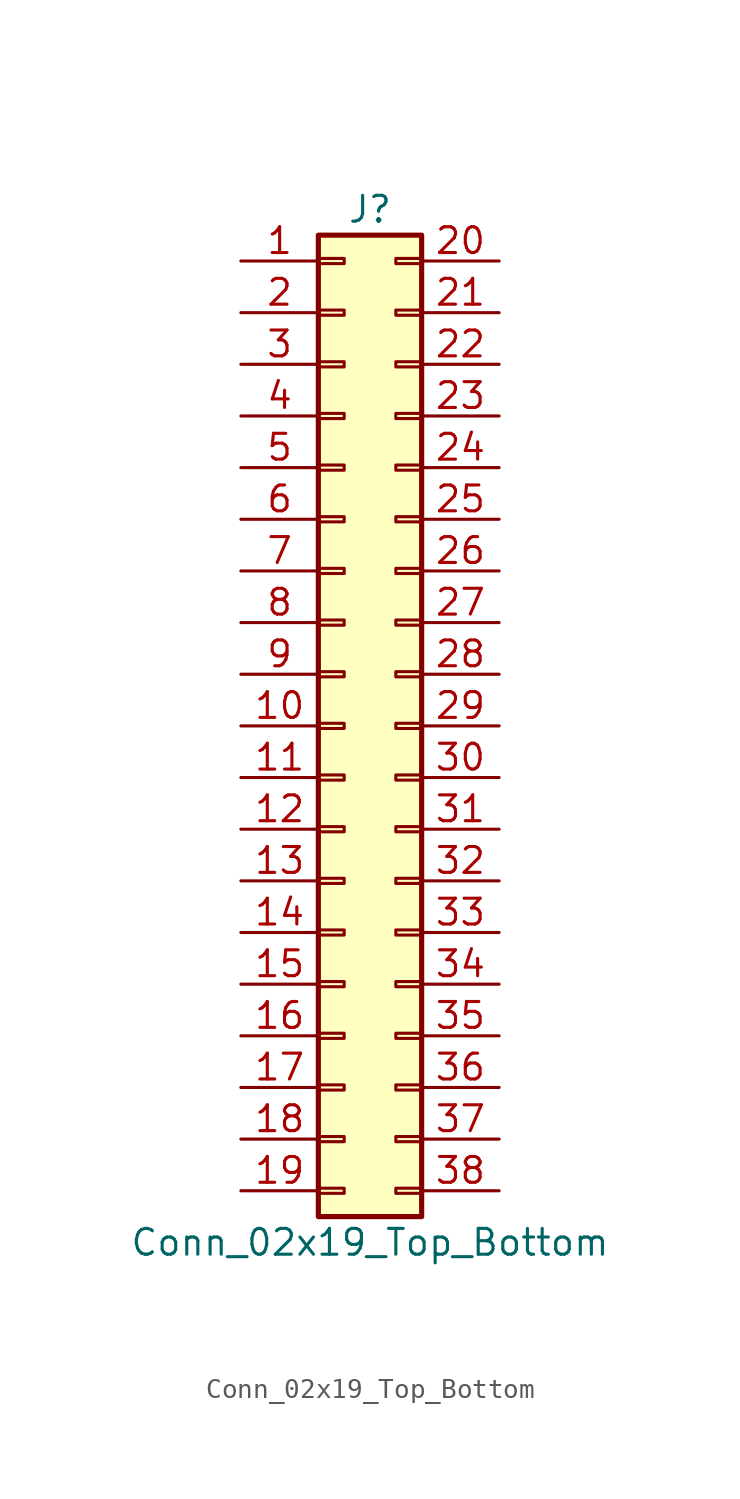
<source format=kicad_sym>
(kicad_symbol_lib
  (version 20220914)
  (generator kicad_symbol_editor)
  (symbol "Conn_02x19_Top_Bottom"
    (pin_names
      (offset 1.016) hide)
    (property "Reference" "J"
      (at 1.27 25.4 0)
      (effects (font (size 1.27 1.27))))
    (property "Value" "Conn_02x19_Top_Bottom"
      (at 1.27 -25.4 0)
      (effects (font (size 1.27 1.27))))
    (symbol "Conn_02x19_Top_Bottom_1_1"
      (rectangle (start -1.27 -22.733) (end 0 -22.987) (stroke (width 0.152) (type solid)) (fill (type none)))
      (rectangle (start -1.27 -20.193) (end 0 -20.447) (stroke (width 0.152) (type solid)) (fill (type none)))
      (rectangle (start -1.27 -17.653) (end 0 -17.907) (stroke (width 0.152) (type solid)) (fill (type none)))
      (rectangle (start -1.27 -15.113) (end 0 -15.367) (stroke (width 0.152) (type solid)) (fill (type none)))
      (rectangle (start -1.27 -12.573) (end 0 -12.827) (stroke (width 0.152) (type solid)) (fill (type none)))
      (rectangle (start -1.27 -10.033) (end 0 -10.287) (stroke (width 0.152) (type solid)) (fill (type none)))
      (rectangle (start -1.27 -7.493) (end 0 -7.747) (stroke (width 0.152) (type solid)) (fill (type none)))
      (rectangle (start -1.27 -4.953) (end 0 -5.207) (stroke (width 0.152) (type solid)) (fill (type none)))
      (rectangle (start -1.27 -2.413) (end 0 -2.667) (stroke (width 0.152) (type solid)) (fill (type none)))
      (rectangle (start -1.27 0.127) (end 0 -0.127) (stroke (width 0.152) (type solid)) (fill (type none)))
      (rectangle (start -1.27 2.667) (end 0 2.413) (stroke (width 0.152) (type solid)) (fill (type none)))
      (rectangle (start -1.27 5.207) (end 0 4.953) (stroke (width 0.152) (type solid)) (fill (type none)))
      (rectangle (start -1.27 7.747) (end 0 7.493) (stroke (width 0.152) (type solid)) (fill (type none)))
      (rectangle (start -1.27 10.287) (end 0 10.033) (stroke (width 0.152) (type solid)) (fill (type none)))
      (rectangle (start -1.27 12.827) (end 0 12.573) (stroke (width 0.152) (type solid)) (fill (type none)))
      (rectangle (start -1.27 15.367) (end 0 15.113) (stroke (width 0.152) (type solid)) (fill (type none)))
      (rectangle (start -1.27 17.907) (end 0 17.653) (stroke (width 0.152) (type solid)) (fill (type none)))
      (rectangle (start -1.27 20.447) (end 0 20.193) (stroke (width 0.152) (type solid)) (fill (type none)))
      (rectangle (start -1.27 22.987) (end 0 22.733) (stroke (width 0.152) (type solid)) (fill (type none)))
      (rectangle (start -1.27 24.13) (end 3.81 -24.13) (stroke (width 0.254) (type solid)) (fill (type background)))
      (rectangle (start 3.81 -22.733) (end 2.54 -22.987) (stroke (width 0.152) (type solid)) (fill (type none)))
      (rectangle (start 3.81 -20.193) (end 2.54 -20.447) (stroke (width 0.152) (type solid)) (fill (type none)))
      (rectangle (start 3.81 -17.653) (end 2.54 -17.907) (stroke (width 0.152) (type solid)) (fill (type none)))
      (rectangle (start 3.81 -15.113) (end 2.54 -15.367) (stroke (width 0.152) (type solid)) (fill (type none)))
      (rectangle (start 3.81 -12.573) (end 2.54 -12.827) (stroke (width 0.152) (type solid)) (fill (type none)))
      (rectangle (start 3.81 -10.033) (end 2.54 -10.287) (stroke (width 0.152) (type solid)) (fill (type none)))
      (rectangle (start 3.81 -7.493) (end 2.54 -7.747) (stroke (width 0.152) (type solid)) (fill (type none)))
      (rectangle (start 3.81 -4.953) (end 2.54 -5.207) (stroke (width 0.152) (type solid)) (fill (type none)))
      (rectangle (start 3.81 -2.413) (end 2.54 -2.667) (stroke (width 0.152) (type solid)) (fill (type none)))
      (rectangle (start 3.81 0.127) (end 2.54 -0.127) (stroke (width 0.152) (type solid)) (fill (type none)))
      (rectangle (start 3.81 2.667) (end 2.54 2.413) (stroke (width 0.152) (type solid)) (fill (type none)))
      (rectangle (start 3.81 5.207) (end 2.54 4.953) (stroke (width 0.152) (type solid)) (fill (type none)))
      (rectangle (start 3.81 7.747) (end 2.54 7.493) (stroke (width 0.152) (type solid)) (fill (type none)))
      (rectangle (start 3.81 10.287) (end 2.54 10.033) (stroke (width 0.152) (type solid)) (fill (type none)))
      (rectangle (start 3.81 12.827) (end 2.54 12.573) (stroke (width 0.152) (type solid)) (fill (type none)))
      (rectangle (start 3.81 15.367) (end 2.54 15.113) (stroke (width 0.152) (type solid)) (fill (type none)))
      (rectangle (start 3.81 17.907) (end 2.54 17.653) (stroke (width 0.152) (type solid)) (fill (type none)))
      (rectangle (start 3.81 20.447) (end 2.54 20.193) (stroke (width 0.152) (type solid)) (fill (type none)))
      (rectangle (start 3.81 22.987) (end 2.54 22.733) (stroke (width 0.152) (type solid)) (fill (type none)))
      (pin passive line (at -5.08 22.86 0) (length 3.81) (name "Pin_1" (effects (font (size 1.27 1.27)))) (number "1" (effects (font (size 1.27 1.27)))))
      (pin passive line (at -5.08 0 0) (length 3.81) (name "Pin_10" (effects (font (size 1.27 1.27)))) (number "10" (effects (font (size 1.27 1.27)))))
      (pin passive line (at -5.08 -2.54 0) (length 3.81) (name "Pin_11" (effects (font (size 1.27 1.27)))) (number "11" (effects (font (size 1.27 1.27)))))
      (pin passive line (at -5.08 -5.08 0) (length 3.81) (name "Pin_12" (effects (font (size 1.27 1.27)))) (number "12" (effects (font (size 1.27 1.27)))))
      (pin passive line (at -5.08 -7.62 0) (length 3.81) (name "Pin_13" (effects (font (size 1.27 1.27)))) (number "13" (effects (font (size 1.27 1.27)))))
      (pin passive line (at -5.08 -10.16 0) (length 3.81) (name "Pin_14" (effects (font (size 1.27 1.27)))) (number "14" (effects (font (size 1.27 1.27)))))
      (pin passive line (at -5.08 -12.7 0) (length 3.81) (name "Pin_15" (effects (font (size 1.27 1.27)))) (number "15" (effects (font (size 1.27 1.27)))))
      (pin passive line (at -5.08 -15.24 0) (length 3.81) (name "Pin_16" (effects (font (size 1.27 1.27)))) (number "16" (effects (font (size 1.27 1.27)))))
      (pin passive line (at -5.08 -17.78 0) (length 3.81) (name "Pin_17" (effects (font (size 1.27 1.27)))) (number "17" (effects (font (size 1.27 1.27)))))
      (pin passive line (at -5.08 -20.32 0) (length 3.81) (name "Pin_18" (effects (font (size 1.27 1.27)))) (number "18" (effects (font (size 1.27 1.27)))))
      (pin passive line (at -5.08 -22.86 0) (length 3.81) (name "Pin_19" (effects (font (size 1.27 1.27)))) (number "19" (effects (font (size 1.27 1.27)))))
      (pin passive line (at -5.08 20.32 0) (length 3.81) (name "Pin_2" (effects (font (size 1.27 1.27)))) (number "2" (effects (font (size 1.27 1.27)))))
      (pin passive line (at 7.62 22.86 180) (length 3.81) (name "Pin_20" (effects (font (size 1.27 1.27)))) (number "20" (effects (font (size 1.27 1.27)))))
      (pin passive line (at 7.62 20.32 180) (length 3.81) (name "Pin_21" (effects (font (size 1.27 1.27)))) (number "21" (effects (font (size 1.27 1.27)))))
      (pin passive line (at 7.62 17.78 180) (length 3.81) (name "Pin_22" (effects (font (size 1.27 1.27)))) (number "22" (effects (font (size 1.27 1.27)))))
      (pin passive line (at 7.62 15.24 180) (length 3.81) (name "Pin_23" (effects (font (size 1.27 1.27)))) (number "23" (effects (font (size 1.27 1.27)))))
      (pin passive line (at 7.62 12.7 180) (length 3.81) (name "Pin_24" (effects (font (size 1.27 1.27)))) (number "24" (effects (font (size 1.27 1.27)))))
      (pin passive line (at 7.62 10.16 180) (length 3.81) (name "Pin_25" (effects (font (size 1.27 1.27)))) (number "25" (effects (font (size 1.27 1.27)))))
      (pin passive line (at 7.62 7.62 180) (length 3.81) (name "Pin_26" (effects (font (size 1.27 1.27)))) (number "26" (effects (font (size 1.27 1.27)))))
      (pin passive line (at 7.62 5.08 180) (length 3.81) (name "Pin_27" (effects (font (size 1.27 1.27)))) (number "27" (effects (font (size 1.27 1.27)))))
      (pin passive line (at 7.62 2.54 180) (length 3.81) (name "Pin_28" (effects (font (size 1.27 1.27)))) (number "28" (effects (font (size 1.27 1.27)))))
      (pin passive line (at 7.62 0 180) (length 3.81) (name "Pin_29" (effects (font (size 1.27 1.27)))) (number "29" (effects (font (size 1.27 1.27)))))
      (pin passive line (at -5.08 17.78 0) (length 3.81) (name "Pin_3" (effects (font (size 1.27 1.27)))) (number "3" (effects (font (size 1.27 1.27)))))
      (pin passive line (at 7.62 -2.54 180) (length 3.81) (name "Pin_30" (effects (font (size 1.27 1.27)))) (number "30" (effects (font (size 1.27 1.27)))))
      (pin passive line (at 7.62 -5.08 180) (length 3.81) (name "Pin_31" (effects (font (size 1.27 1.27)))) (number "31" (effects (font (size 1.27 1.27)))))
      (pin passive line (at 7.62 -7.62 180) (length 3.81) (name "Pin_32" (effects (font (size 1.27 1.27)))) (number "32" (effects (font (size 1.27 1.27)))))
      (pin passive line (at 7.62 -10.16 180) (length 3.81) (name "Pin_33" (effects (font (size 1.27 1.27)))) (number "33" (effects (font (size 1.27 1.27)))))
      (pin passive line (at 7.62 -12.7 180) (length 3.81) (name "Pin_34" (effects (font (size 1.27 1.27)))) (number "34" (effects (font (size 1.27 1.27)))))
      (pin passive line (at 7.62 -15.24 180) (length 3.81) (name "Pin_35" (effects (font (size 1.27 1.27)))) (number "35" (effects (font (size 1.27 1.27)))))
      (pin passive line (at 7.62 -17.78 180) (length 3.81) (name "Pin_36" (effects (font (size 1.27 1.27)))) (number "36" (effects (font (size 1.27 1.27)))))
      (pin passive line (at 7.62 -20.32 180) (length 3.81) (name "Pin_37" (effects (font (size 1.27 1.27)))) (number "37" (effects (font (size 1.27 1.27)))))
      (pin passive line (at 7.62 -22.86 180) (length 3.81) (name "Pin_38" (effects (font (size 1.27 1.27)))) (number "38" (effects (font (size 1.27 1.27)))))
      (pin passive line (at -5.08 15.24 0) (length 3.81) (name "Pin_4" (effects (font (size 1.27 1.27)))) (number "4" (effects (font (size 1.27 1.27)))))
      (pin passive line (at -5.08 12.7 0) (length 3.81) (name "Pin_5" (effects (font (size 1.27 1.27)))) (number "5" (effects (font (size 1.27 1.27)))))
      (pin passive line (at -5.08 10.16 0) (length 3.81) (name "Pin_6" (effects (font (size 1.27 1.27)))) (number "6" (effects (font (size 1.27 1.27)))))
      (pin passive line (at -5.08 7.62 0) (length 3.81) (name "Pin_7" (effects (font (size 1.27 1.27)))) (number "7" (effects (font (size 1.27 1.27)))))
      (pin passive line (at -5.08 5.08 0) (length 3.81) (name "Pin_8" (effects (font (size 1.27 1.27)))) (number "8" (effects (font (size 1.27 1.27)))))
      (pin passive line (at -5.08 2.54 0) (length 3.81) (name "Pin_9" (effects (font (size 1.27 1.27)))) (number "9" (effects (font (size 1.27 1.27))))))))
</source>
